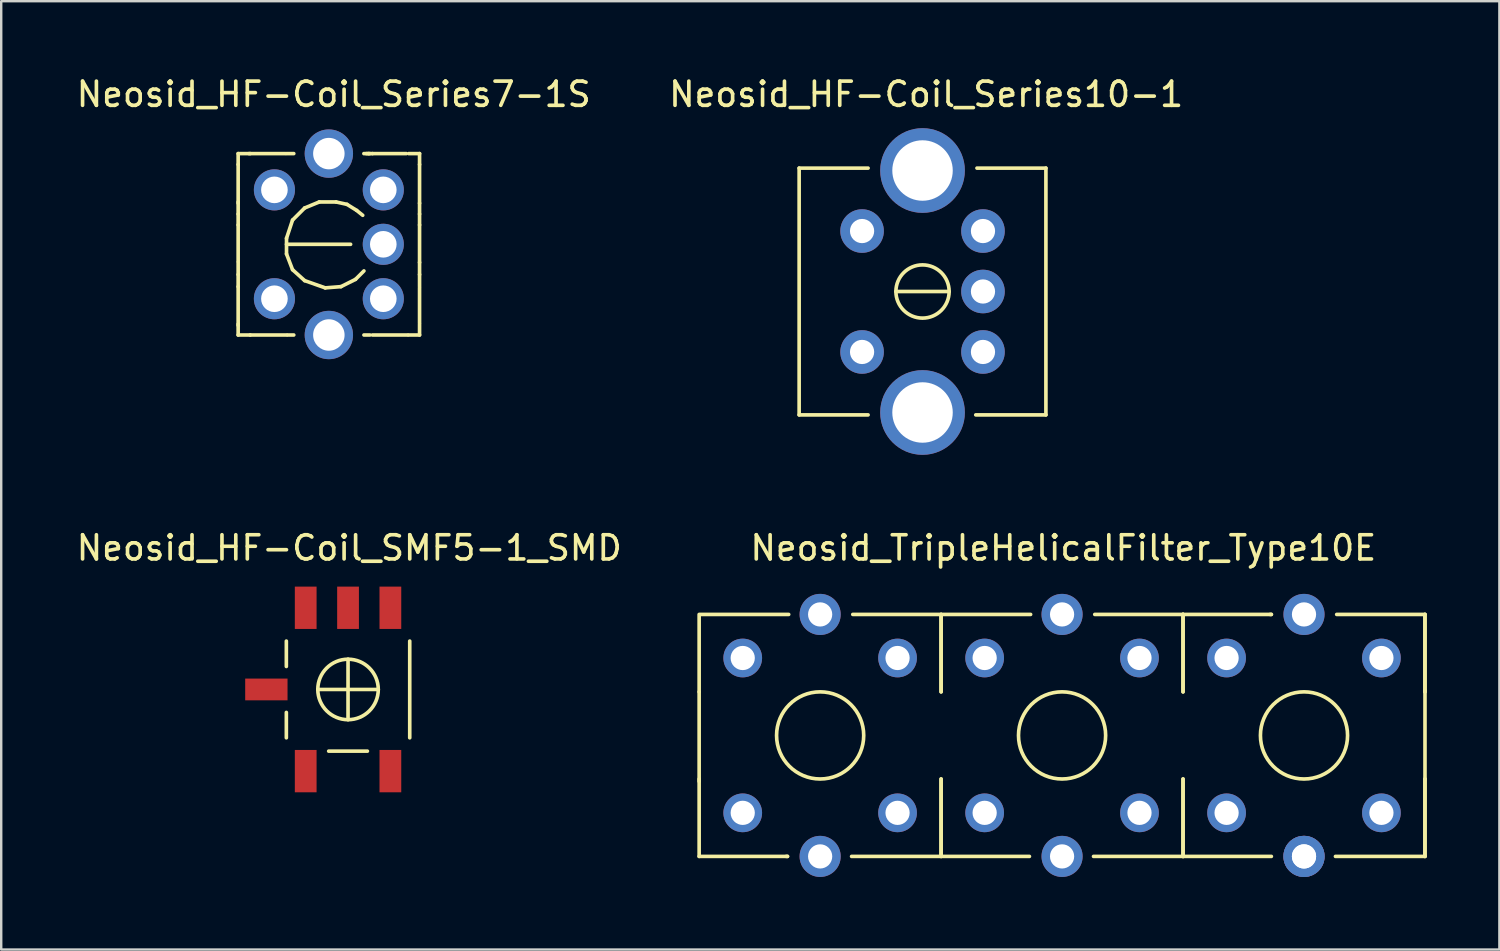
<source format=kicad_pcb>
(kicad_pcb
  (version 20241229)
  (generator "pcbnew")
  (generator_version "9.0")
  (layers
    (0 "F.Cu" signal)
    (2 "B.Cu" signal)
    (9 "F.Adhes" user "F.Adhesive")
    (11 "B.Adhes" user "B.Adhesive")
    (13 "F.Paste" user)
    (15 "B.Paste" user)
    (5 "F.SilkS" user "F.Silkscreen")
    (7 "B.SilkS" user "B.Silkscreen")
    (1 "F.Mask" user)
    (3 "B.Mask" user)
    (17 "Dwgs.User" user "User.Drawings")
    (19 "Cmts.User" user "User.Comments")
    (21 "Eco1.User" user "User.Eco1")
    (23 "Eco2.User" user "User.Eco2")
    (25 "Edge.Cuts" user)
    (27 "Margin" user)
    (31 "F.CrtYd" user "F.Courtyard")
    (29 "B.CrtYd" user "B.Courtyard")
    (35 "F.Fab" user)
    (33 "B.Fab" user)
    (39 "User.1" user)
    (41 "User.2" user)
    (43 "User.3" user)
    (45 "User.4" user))
  (footprint "Neosid_HF-Coil_SMF5-1_SMD"
    (layer "F.Cu")
    (at 11.336 25.448)
    (property "Reference" "Neosid_HF-Coil_SMF5-1_SMD" (at 0.051 -5.85 0) (layer "F.SilkS") (effects (font (size 1 1) (thickness 0.15))))
    (attr through_hole)
    (fp_line (start -2.55 -1.999) (end -2.55 -0.95) (stroke (width 0.15) (type solid)) (layer "F.SilkS"))
    (fp_line (start -2.55 0.95) (end -2.55 1.999) (stroke (width 0.15) (type solid)) (layer "F.SilkS"))
    (fp_line (start -0.8 2.55) (end 0.8 2.55) (stroke (width 0.15) (type solid)) (layer "F.SilkS"))
    (fp_line (start 0 -1.25) (end 0 1.25) (stroke (width 0.15) (type solid)) (layer "F.SilkS"))
    (fp_line (start 1.25 0) (end -1.25 0) (stroke (width 0.15) (type solid)) (layer "F.SilkS"))
    (fp_line (start 2.55 -1.999) (end 2.55 1.999) (stroke (width 0.15) (type solid)) (layer "F.SilkS"))
    (fp_circle (center 0 0) (end 1.25 0) (stroke (width 0.15) (type solid)) (fill no) (layer "F.SilkS"))
    (pad "1" smd rect (at -1.75 3.376) (size 0.899 1.75) (layers "F.Cu" "F.Mask" "F.Paste"))
    (pad "2" smd rect (at -1.75 -3.376) (size 0.899 1.75) (layers "F.Cu" "F.Mask" "F.Paste"))
    (pad "3" smd rect (at 0 -3.376) (size 0.899 1.75) (layers "F.Cu" "F.Mask" "F.Paste"))
    (pad "4" smd rect (at 1.75 -3.376) (size 0.899 1.75) (layers "F.Cu" "F.Mask" "F.Paste"))
    (pad "5" smd rect (at 1.75 3.376) (size 0.899 1.75) (layers "F.Cu" "F.Mask" "F.Paste"))
    (pad "~" smd rect (at -3.376 0 90) (size 0.899 1.75) (layers "F.Cu" "F.Mask" "F.Paste")))
  (footprint "Neosid_HF-Coil_Series10-1"
    (layer "F.Cu")
    (at 35.082 8.999)
    (property "Reference" "Neosid_HF-Coil_Series10-1" (at 0.15 -8.151 0) (layer "F.SilkS") (effects (font (size 1 1) (thickness 0.15))))
    (attr through_hole)
    (fp_line (start -5.1 -5.1) (end -5.1 5.1) (stroke (width 0.15) (type solid)) (layer "F.SilkS"))
    (fp_line (start -5.1 5.1) (end -2.25 5.1) (stroke (width 0.15) (type solid)) (layer "F.SilkS"))
    (fp_line (start -2.25 -5.1) (end -5.1 -5.1) (stroke (width 0.15) (type solid)) (layer "F.SilkS"))
    (fp_line (start -1.1 0) (end 1.1 0) (stroke (width 0.15) (type solid)) (layer "F.SilkS"))
    (fp_line (start 2.2 5.1) (end 5.1 5.1) (stroke (width 0.15) (type solid)) (layer "F.SilkS"))
    (fp_line (start 5.1 -5.1) (end 2.25 -5.1) (stroke (width 0.15) (type solid)) (layer "F.SilkS"))
    (fp_line (start 5.1 5.1) (end 5.1 -5.1) (stroke (width 0.15) (type solid)) (layer "F.SilkS"))
    (fp_circle (center 0 0) (end 1.1 0) (stroke (width 0.15) (type solid)) (fill no) (layer "F.SilkS"))
    (pad "1" thru_hole circle (at -2.499 -2.499 90) (size 1.801 1.801) (drill 1.001) (layers "*.Cu" "*.Mask"))
    (pad "3" thru_hole circle (at -2.499 2.499 90) (size 1.801 1.801) (drill 1.001) (layers "*.Cu" "*.Mask"))
    (pad "4" thru_hole circle (at 2.499 2.499 90) (size 1.801 1.801) (drill 1.001) (layers "*.Cu" "*.Mask"))
    (pad "5" thru_hole circle (at 2.499 0 90) (size 1.801 1.801) (drill 1.001) (layers "*.Cu" "*.Mask"))
    (pad "6" thru_hole circle (at 2.499 -2.499 90) (size 1.801 1.801) (drill 1.001) (layers "*.Cu" "*.Mask"))
    (pad "~" thru_hole circle (at 0 -5.001 90) (size 3.5 3.5) (drill 2.499) (layers "*.Cu" "*.Mask"))
    (pad "~" thru_hole circle (at 0 5.001 90) (size 3.5 3.5) (drill 2.499) (layers "*.Cu" "*.Mask")))
  (footprint "Neosid_HF-Coil_Series7-1S"
    (layer "F.Cu")
    (at 10.543 7.048)
    (property "Reference" "Neosid_HF-Coil_Series7-1S" (at 0.201 -6.2 0) (layer "F.SilkS") (effects (font (size 1 1) (thickness 0.15))))
    (attr through_hole)
    (fp_line (start -3.749 -3.749) (end -3.749 -3.299) (stroke (width 0.15) (type solid)) (layer "F.SilkS"))
    (fp_line (start -3.749 -3.749) (end -3.251 -3.749) (stroke (width 0.15) (type solid)) (layer "F.SilkS"))
    (fp_line (start -3.749 -3.299) (end -3.749 -1.699) (stroke (width 0.15) (type solid)) (layer "F.SilkS"))
    (fp_line (start -3.749 -1.25) (end -3.749 -1.75) (stroke (width 0.15) (type solid)) (layer "F.SilkS"))
    (fp_line (start -3.749 -1.25) (end -3.749 -0.8) (stroke (width 0.15) (type solid)) (layer "F.SilkS"))
    (fp_line (start -3.749 -0.8) (end -3.749 0.701) (stroke (width 0.15) (type solid)) (layer "F.SilkS"))
    (fp_line (start -3.749 1.25) (end -3.749 0.749) (stroke (width 0.15) (type solid)) (layer "F.SilkS"))
    (fp_line (start -3.749 1.25) (end -3.749 1.75) (stroke (width 0.15) (type solid)) (layer "F.SilkS"))
    (fp_line (start -3.749 1.75) (end -3.749 3.35) (stroke (width 0.15) (type solid)) (layer "F.SilkS"))
    (fp_line (start -3.749 3.749) (end -3.749 3.299) (stroke (width 0.15) (type solid)) (layer "F.SilkS"))
    (fp_line (start -3.749 3.749) (end -3.251 3.749) (stroke (width 0.15) (type solid)) (layer "F.SilkS"))
    (fp_line (start -3.251 3.749) (end -1.75 3.749) (stroke (width 0.15) (type solid)) (layer "F.SilkS"))
    (fp_line (start -1.801 -3.749) (end -3.299 -3.749) (stroke (width 0.15) (type solid)) (layer "F.SilkS"))
    (fp_line (start -1.75 -0.249) (end -1.75 0.399) (stroke (width 0.15) (type solid)) (layer "F.SilkS"))
    (fp_line (start -1.75 0) (end 0.899 0) (stroke (width 0.15) (type solid)) (layer "F.SilkS"))
    (fp_line (start -1.75 0.399) (end -1.501 1.049) (stroke (width 0.15) (type solid)) (layer "F.SilkS"))
    (fp_line (start -1.699 3.749) (end -1.45 3.749) (stroke (width 0.15) (type solid)) (layer "F.SilkS"))
    (fp_line (start -1.501 -1.001) (end -1.75 -0.249) (stroke (width 0.15) (type solid)) (layer "F.SilkS"))
    (fp_line (start -1.501 1.049) (end -1.001 1.501) (stroke (width 0.15) (type solid)) (layer "F.SilkS"))
    (fp_line (start -1.45 -3.749) (end -1.75 -3.749) (stroke (width 0.15) (type solid)) (layer "F.SilkS"))
    (fp_line (start -1.001 -1.501) (end -1.501 -1.001) (stroke (width 0.15) (type solid)) (layer "F.SilkS"))
    (fp_line (start -1.001 1.501) (end -0.15 1.801) (stroke (width 0.15) (type solid)) (layer "F.SilkS"))
    (fp_line (start -0.399 -1.75) (end -1.001 -1.501) (stroke (width 0.15) (type solid)) (layer "F.SilkS"))
    (fp_line (start -0.15 1.801) (end 0.5 1.75) (stroke (width 0.15) (type solid)) (layer "F.SilkS"))
    (fp_line (start 0.3 -1.75) (end -0.399 -1.75) (stroke (width 0.15) (type solid)) (layer "F.SilkS"))
    (fp_line (start 0.5 1.75) (end 1.1 1.45) (stroke (width 0.15) (type solid)) (layer "F.SilkS"))
    (fp_line (start 0.749 -1.651) (end 0.3 -1.75) (stroke (width 0.15) (type solid)) (layer "F.SilkS"))
    (fp_line (start 1.1 1.45) (end 1.45 1.1) (stroke (width 0.15) (type solid)) (layer "F.SilkS"))
    (fp_line (start 1.151 -1.4) (end 0.749 -1.651) (stroke (width 0.15) (type solid)) (layer "F.SilkS"))
    (fp_line (start 1.4 -1.199) (end 1.151 -1.4) (stroke (width 0.15) (type solid)) (layer "F.SilkS"))
    (fp_line (start 1.45 3.749) (end 1.699 3.749) (stroke (width 0.15) (type solid)) (layer "F.SilkS"))
    (fp_line (start 1.549 -3.749) (end 1.651 -3.749) (stroke (width 0.15) (type solid)) (layer "F.SilkS"))
    (fp_line (start 1.651 -3.749) (end 1.801 -3.749) (stroke (width 0.15) (type solid)) (layer "F.SilkS"))
    (fp_line (start 1.699 -3.749) (end 1.448 -3.749) (stroke (width 0.15) (type solid)) (layer "F.SilkS"))
    (fp_line (start 1.801 3.749) (end 3.251 3.749) (stroke (width 0.15) (type solid)) (layer "F.SilkS"))
    (fp_line (start 3.2 -3.749) (end 1.801 -3.749) (stroke (width 0.15) (type solid)) (layer "F.SilkS"))
    (fp_line (start 3.749 -3.749) (end 3.299 -3.749) (stroke (width 0.15) (type solid)) (layer "F.SilkS"))
    (fp_line (start 3.749 -3.749) (end 3.749 -3.299) (stroke (width 0.15) (type solid)) (layer "F.SilkS"))
    (fp_line (start 3.749 -3.299) (end 3.749 -1.699) (stroke (width 0.15) (type solid)) (layer "F.SilkS"))
    (fp_line (start 3.749 -1.25) (end 3.749 -1.699) (stroke (width 0.15) (type solid)) (layer "F.SilkS"))
    (fp_line (start 3.749 -1.25) (end 3.749 -0.8) (stroke (width 0.15) (type solid)) (layer "F.SilkS"))
    (fp_line (start 3.749 0.749) (end 3.749 -0.8) (stroke (width 0.15) (type solid)) (layer "F.SilkS"))
    (fp_line (start 3.749 1.25) (end 3.749 0.749) (stroke (width 0.15) (type solid)) (layer "F.SilkS"))
    (fp_line (start 3.749 1.25) (end 3.749 1.75) (stroke (width 0.15) (type solid)) (layer "F.SilkS"))
    (fp_line (start 3.749 3.251) (end 3.749 1.801) (stroke (width 0.15) (type solid)) (layer "F.SilkS"))
    (fp_line (start 3.749 3.749) (end 3.299 3.749) (stroke (width 0.15) (type solid)) (layer "F.SilkS"))
    (fp_line (start 3.749 3.749) (end 3.749 3.299) (stroke (width 0.15) (type solid)) (layer "F.SilkS"))
    (pad "1" thru_hole circle (at -2.25 -2.25 90) (size 1.699 1.699) (drill 1.1) (layers "*.Cu" "*.Mask"))
    (pad "3" thru_hole circle (at -2.25 2.25 90) (size 1.699 1.699) (drill 1.1) (layers "*.Cu" "*.Mask"))
    (pad "4" thru_hole circle (at 2.25 2.25 90) (size 1.699 1.699) (drill 1.1) (layers "*.Cu" "*.Mask"))
    (pad "5" thru_hole circle (at 2.25 0 90) (size 1.699 1.699) (drill 1.1) (layers "*.Cu" "*.Mask"))
    (pad "6" thru_hole circle (at 2.25 -2.25 90) (size 1.699 1.699) (drill 1.1) (layers "*.Cu" "*.Mask"))
    (pad "~" thru_hole circle (at 0 -3.749 90) (size 1.999 1.999) (drill 1.3) (layers "*.Cu" "*.Mask"))
    (pad "~" thru_hole circle (at 0 3.749 90) (size 1.999 1.999) (drill 1.3) (layers "*.Cu" "*.Mask")))
  (footprint "Neosid_TripleHelicalFilter_Type10E"
    (layer "F.Cu")
    (at 40.85 27.348)
    (property "Reference" "Neosid_TripleHelicalFilter_Type10E" (at 0.051 -7.75 0) (layer "F.SilkS") (effects (font (size 1 1) (thickness 0.15))))
    (attr through_hole)
    (fp_line (start -15.001 -5.001) (end -15.001 -1.801) (stroke (width 0.15) (type solid)) (layer "F.SilkS"))
    (fp_line (start -15.001 -1.801) (end -15.001 1.9) (stroke (width 0.15) (type solid)) (layer "F.SilkS"))
    (fp_line (start -15.001 1.801) (end -15.001 5.001) (stroke (width 0.15) (type solid)) (layer "F.SilkS"))
    (fp_line (start -15.001 5.001) (end -11.349 5.001) (stroke (width 0.15) (type solid)) (layer "F.SilkS"))
    (fp_line (start -11.349 5.001) (end -11.4 5.001) (stroke (width 0.15) (type solid)) (layer "F.SilkS"))
    (fp_line (start -11.3 -5.001) (end -14.95 -5.001) (stroke (width 0.15) (type solid)) (layer "F.SilkS"))
    (fp_line (start -8.7 5.001) (end -1.349 5.001) (stroke (width 0.15) (type solid)) (layer "F.SilkS"))
    (fp_line (start -5.001 -5.001) (end -5.001 -1.801) (stroke (width 0.15) (type solid)) (layer "F.SilkS"))
    (fp_line (start -5.001 1.801) (end -5.001 5.001) (stroke (width 0.15) (type solid)) (layer "F.SilkS"))
    (fp_line (start -4.999 -1.801) (end -4.999 -5.001) (stroke (width 0.15) (type solid)) (layer "F.SilkS"))
    (fp_line (start -4.999 5.001) (end -4.999 1.801) (stroke (width 0.15) (type solid)) (layer "F.SilkS"))
    (fp_line (start -1.3 -5.001) (end -8.651 -5.001) (stroke (width 0.15) (type solid)) (layer "F.SilkS"))
    (fp_line (start 1.3 5.001) (end 5.001 5.001) (stroke (width 0.15) (type solid)) (layer "F.SilkS"))
    (fp_line (start 4.999 -5.001) (end 4.999 -1.801) (stroke (width 0.15) (type solid)) (layer "F.SilkS"))
    (fp_line (start 4.999 1.801) (end 4.999 5.001) (stroke (width 0.15) (type solid)) (layer "F.SilkS"))
    (fp_line (start 5.001 -5.001) (end 1.351 -5.001) (stroke (width 0.15) (type solid)) (layer "F.SilkS"))
    (fp_line (start 5.001 -5.001) (end 8.651 -5.001) (stroke (width 0.15) (type solid)) (layer "F.SilkS"))
    (fp_line (start 5.001 -1.801) (end 5.001 -5.001) (stroke (width 0.15) (type solid)) (layer "F.SilkS"))
    (fp_line (start 5.001 5.001) (end 5.001 1.801) (stroke (width 0.15) (type solid)) (layer "F.SilkS"))
    (fp_line (start 5.001 5.001) (end 8.651 5.001) (stroke (width 0.15) (type solid)) (layer "F.SilkS"))
    (fp_line (start 8.651 -5.001) (end 8.6 -5.001) (stroke (width 0.15) (type solid)) (layer "F.SilkS"))
    (fp_line (start 11.3 5.001) (end 15.001 5.001) (stroke (width 0.15) (type solid)) (layer "F.SilkS"))
    (fp_line (start 11.351 -5.001) (end 15.001 -5.001) (stroke (width 0.15) (type solid)) (layer "F.SilkS"))
    (fp_line (start 14.999 -5.001) (end 14.999 -1.801) (stroke (width 0.15) (type solid)) (layer "F.SilkS"))
    (fp_line (start 14.999 1.801) (end 14.999 5.001) (stroke (width 0.15) (type solid)) (layer "F.SilkS"))
    (fp_line (start 15.001 -1.849) (end 15.001 1.801) (stroke (width 0.15) (type solid)) (layer "F.SilkS"))
    (fp_line (start 15.001 -1.801) (end 15.001 -5.001) (stroke (width 0.15) (type solid)) (layer "F.SilkS"))
    (fp_line (start 15.001 5.001) (end 15.001 1.801) (stroke (width 0.15) (type solid)) (layer "F.SilkS"))
    (fp_circle (center -10 0) (end -8.199 0) (stroke (width 0.15) (type solid)) (fill no) (layer "F.SilkS"))
    (fp_circle (center 0 0) (end 1.801 0) (stroke (width 0.15) (type solid)) (fill no) (layer "F.SilkS"))
    (fp_circle (center 10 0) (end 11.801 0) (stroke (width 0.15) (type solid)) (fill no) (layer "F.SilkS"))
    (pad "1" thru_hole circle (at -6.8 3.2 90) (size 1.6 1.6) (drill 1.001) (layers "*.Cu" "*.Mask"))
    (pad "2" thru_hole circle (at -6.8 -3.2 90) (size 1.6 1.6) (drill 1.001) (layers "*.Cu" "*.Mask"))
    (pad "4" thru_hole circle (at -13.2 -3.2 90) (size 1.6 1.6) (drill 1.001) (layers "*.Cu" "*.Mask"))
    (pad "5" thru_hole circle (at -13.2 3.2 90) (size 1.6 1.6) (drill 1.001) (layers "*.Cu" "*.Mask"))
    (pad "21" thru_hole circle (at 3.2 3.2 90) (size 1.6 1.6) (drill 1.001) (layers "*.Cu" "*.Mask"))
    (pad "22" thru_hole circle (at 3.2 -3.2 90) (size 1.6 1.6) (drill 1.001) (layers "*.Cu" "*.Mask"))
    (pad "24" thru_hole circle (at -3.2 -3.2 90) (size 1.6 1.6) (drill 1.001) (layers "*.Cu" "*.Mask"))
    (pad "25" thru_hole circle (at -3.2 3.2 90) (size 1.6 1.6) (drill 1.001) (layers "*.Cu" "*.Mask"))
    (pad "31" thru_hole circle (at 13.2 3.2 90) (size 1.6 1.6) (drill 1.001) (layers "*.Cu" "*.Mask"))
    (pad "32" thru_hole circle (at 13.2 -3.2 90) (size 1.6 1.6) (drill 1.001) (layers "*.Cu" "*.Mask"))
    (pad "34" thru_hole circle (at 6.8 -3.2 90) (size 1.6 1.6) (drill 1.001) (layers "*.Cu" "*.Mask"))
    (pad "35" thru_hole circle (at 6.8 3.2 90) (size 1.6 1.6) (drill 1.001) (layers "*.Cu" "*.Mask"))
    (pad "~" thru_hole circle (at -10 -5.001 90) (size 1.699 1.699) (drill 1.001) (layers "*.Cu" "*.Mask"))
    (pad "~" thru_hole circle (at -10 5.001 90) (size 1.699 1.699) (drill 1.001) (layers "*.Cu" "*.Mask"))
    (pad "~" thru_hole circle (at 0 -5.001 90) (size 1.699 1.699) (drill 1.001) (layers "*.Cu" "*.Mask"))
    (pad "~" thru_hole circle (at 0 5.001 90) (size 1.699 1.699) (drill 1.001) (layers "*.Cu" "*.Mask"))
    (pad "~" thru_hole circle (at 10 -5.001 90) (size 1.699 1.699) (drill 1.001) (layers "*.Cu" "*.Mask"))
    (pad "~" thru_hole circle (at 10 5.001 90) (size 1.699 1.699) (drill 1.001) (layers "*.Cu" "*.Mask"))
    (pad "~" thru_hole circle (at 10 5.001 90) (size 1.699 1.699) (drill 1.001) (layers "*.Cu" "*.Mask")))
  (gr_rect
    (start -3 -3)
    (end 58.926 36.199)
    (stroke (width 0.1) (type default))
    (fill no)
    (layer "Edge.Cuts")))
</source>
